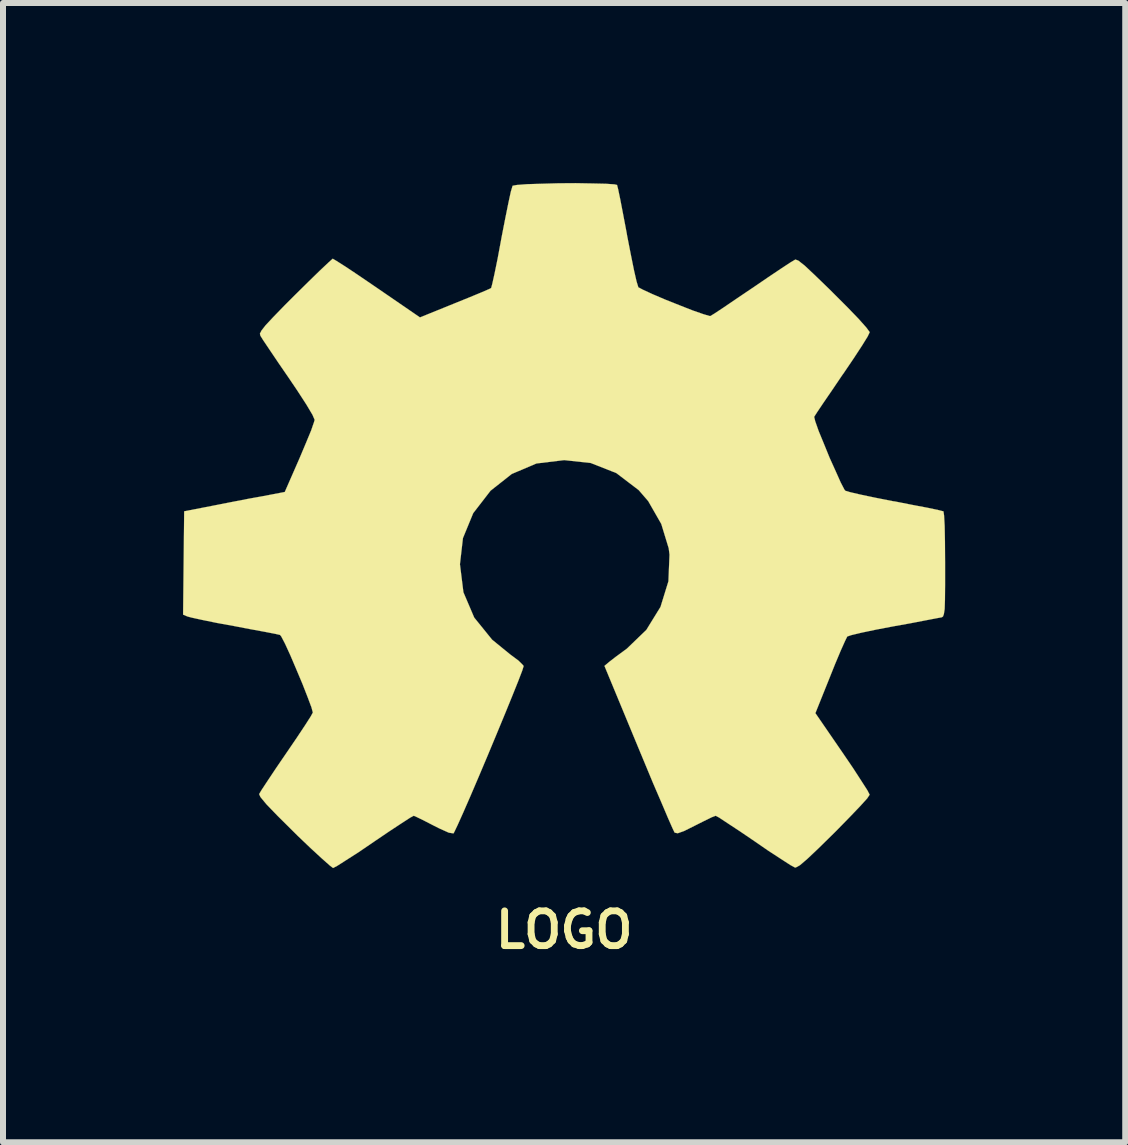
<source format=kicad_pcb>
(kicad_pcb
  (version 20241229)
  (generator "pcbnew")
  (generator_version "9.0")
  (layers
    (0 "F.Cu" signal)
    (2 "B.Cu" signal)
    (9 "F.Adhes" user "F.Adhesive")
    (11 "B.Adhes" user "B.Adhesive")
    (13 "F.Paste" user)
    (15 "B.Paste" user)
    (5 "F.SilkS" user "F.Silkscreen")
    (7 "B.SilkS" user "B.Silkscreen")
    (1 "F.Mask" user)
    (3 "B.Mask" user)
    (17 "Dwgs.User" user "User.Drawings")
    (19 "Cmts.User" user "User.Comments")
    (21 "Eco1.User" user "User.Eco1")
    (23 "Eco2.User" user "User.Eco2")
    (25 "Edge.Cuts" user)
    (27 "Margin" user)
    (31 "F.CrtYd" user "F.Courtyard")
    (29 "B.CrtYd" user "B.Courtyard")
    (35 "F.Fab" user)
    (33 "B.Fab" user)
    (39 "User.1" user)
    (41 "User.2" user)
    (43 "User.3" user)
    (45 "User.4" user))
  (footprint "LOGO"
    (layer "F.Cu")
    (at 6.351 5.709)
    (property "Reference" "LOGO" (at 0 6.736 0) (layer "F.SilkS") (effects (font (size 0.579 0.579) (thickness 0.114))))
    (attr through_hole)
    (fp_poly (pts (xy -3.851 5.705) (xy -3.782 5.669) (xy -3.635 5.575) (xy -3.421 5.438) (xy -3.172 5.268) (xy -2.921 5.098) (xy -2.713 4.961) (xy -2.568 4.867) (xy -2.507 4.834) (xy -2.477 4.846) (xy -2.355 4.905) (xy -2.182 4.994) (xy -2.083 5.044) (xy -1.923 5.116) (xy -1.844 5.128) (xy -1.831 5.105) (xy -1.773 4.983) (xy -1.681 4.778) (xy -1.56 4.501) (xy -1.422 4.178) (xy -1.275 3.83) (xy -1.128 3.477) (xy -0.988 3.139) (xy -0.864 2.835) (xy -0.765 2.588) (xy -0.699 2.416) (xy -0.676 2.342) (xy -0.683 2.327) (xy -0.762 2.248) (xy -0.902 2.144) (xy -1.201 1.9) (xy -1.499 1.532) (xy -1.679 1.11) (xy -1.737 0.643) (xy -1.687 0.208) (xy -1.516 -0.208) (xy -1.227 -0.582) (xy -0.874 -0.861) (xy -0.462 -1.036) (xy 0 -1.092) (xy 0.442 -1.044) (xy 0.869 -0.876) (xy 1.242 -0.592) (xy 1.4 -0.409) (xy 1.618 -0.028) (xy 1.742 0.378) (xy 1.755 0.483) (xy 1.737 0.927) (xy 1.605 1.354) (xy 1.369 1.737) (xy 1.044 2.05) (xy 1.003 2.08) (xy 0.851 2.192) (xy 0.749 2.271) (xy 0.671 2.337) (xy 1.237 3.703) (xy 1.328 3.922) (xy 1.483 4.295) (xy 1.621 4.615) (xy 1.73 4.872) (xy 1.806 5.044) (xy 1.839 5.113) (xy 1.844 5.116) (xy 1.892 5.126) (xy 1.999 5.088) (xy 2.187 4.994) (xy 2.314 4.93) (xy 2.459 4.859) (xy 2.525 4.834) (xy 2.581 4.864) (xy 2.72 4.956) (xy 2.924 5.09) (xy 3.167 5.255) (xy 3.399 5.415) (xy 3.614 5.555) (xy 3.772 5.657) (xy 3.846 5.697) (xy 3.858 5.697) (xy 3.927 5.659) (xy 4.049 5.555) (xy 4.234 5.38) (xy 4.498 5.121) (xy 4.539 5.08) (xy 4.755 4.859) (xy 4.93 4.676) (xy 5.05 4.544) (xy 5.09 4.483) (xy 5.052 4.409) (xy 4.953 4.255) (xy 4.811 4.036) (xy 4.638 3.782) (xy 4.186 3.124) (xy 4.435 2.504) (xy 4.511 2.314) (xy 4.608 2.083) (xy 4.681 1.92) (xy 4.717 1.847) (xy 4.785 1.824) (xy 4.956 1.783) (xy 5.199 1.732) (xy 5.494 1.676) (xy 5.773 1.626) (xy 6.027 1.577) (xy 6.21 1.542) (xy 6.292 1.527) (xy 6.312 1.514) (xy 6.327 1.473) (xy 6.34 1.389) (xy 6.345 1.234) (xy 6.347 0.993) (xy 6.347 0.643) (xy 6.347 0.605) (xy 6.345 0.269) (xy 6.34 0.005) (xy 6.33 -0.17) (xy 6.32 -0.239) (xy 6.317 -0.239) (xy 6.238 -0.259) (xy 6.06 -0.297) (xy 5.806 -0.345) (xy 5.507 -0.404) (xy 5.486 -0.406) (xy 5.187 -0.465) (xy 4.935 -0.518) (xy 4.76 -0.559) (xy 4.684 -0.582) (xy 4.669 -0.602) (xy 4.608 -0.719) (xy 4.524 -0.907) (xy 4.422 -1.133) (xy 4.326 -1.369) (xy 4.239 -1.58) (xy 4.183 -1.74) (xy 4.166 -1.811) (xy 4.166 -1.814) (xy 4.211 -1.885) (xy 4.315 -2.04) (xy 4.463 -2.256) (xy 4.636 -2.512) (xy 4.651 -2.532) (xy 4.823 -2.786) (xy 4.963 -3) (xy 5.057 -3.152) (xy 5.09 -3.221) (xy 5.09 -3.226) (xy 5.034 -3.302) (xy 4.905 -3.447) (xy 4.719 -3.64) (xy 4.496 -3.863) (xy 4.425 -3.934) (xy 4.178 -4.173) (xy 4.008 -4.333) (xy 3.901 -4.417) (xy 3.851 -4.435) (xy 3.848 -4.432) (xy 3.772 -4.387) (xy 3.612 -4.282) (xy 3.393 -4.135) (xy 3.137 -3.96) (xy 3.117 -3.947) (xy 2.865 -3.777) (xy 2.652 -3.632) (xy 2.502 -3.533) (xy 2.436 -3.493) (xy 2.426 -3.493) (xy 2.322 -3.523) (xy 2.141 -3.586) (xy 1.92 -3.673) (xy 1.684 -3.767) (xy 1.471 -3.858) (xy 1.311 -3.932) (xy 1.234 -3.973) (xy 1.234 -3.978) (xy 1.206 -4.069) (xy 1.163 -4.257) (xy 1.11 -4.519) (xy 1.049 -4.831) (xy 1.041 -4.879) (xy 0.983 -5.184) (xy 0.935 -5.433) (xy 0.899 -5.606) (xy 0.881 -5.677) (xy 0.838 -5.687) (xy 0.691 -5.697) (xy 0.465 -5.702) (xy 0.193 -5.707) (xy -0.097 -5.705) (xy -0.376 -5.697) (xy -0.617 -5.69) (xy -0.787 -5.677) (xy -0.859 -5.664) (xy -0.861 -5.659) (xy -0.889 -5.565) (xy -0.93 -5.375) (xy -0.983 -5.113) (xy -1.044 -4.801) (xy -1.054 -4.745) (xy -1.11 -4.445) (xy -1.161 -4.196) (xy -1.199 -4.026) (xy -1.217 -3.96) (xy -1.245 -3.945) (xy -1.369 -3.891) (xy -1.572 -3.807) (xy -1.821 -3.706) (xy -2.403 -3.47) (xy -3.117 -3.96) (xy -3.18 -4.003) (xy -3.437 -4.178) (xy -3.647 -4.318) (xy -3.795 -4.412) (xy -3.856 -4.448) (xy -3.861 -4.445) (xy -3.932 -4.381) (xy -4.072 -4.249) (xy -4.265 -4.061) (xy -4.491 -3.838) (xy -4.656 -3.673) (xy -4.851 -3.472) (xy -4.976 -3.338) (xy -5.044 -3.251) (xy -5.07 -3.2) (xy -5.062 -3.165) (xy -5.016 -3.091) (xy -4.912 -2.936) (xy -4.765 -2.718) (xy -4.592 -2.466) (xy -4.45 -2.256) (xy -4.295 -2.017) (xy -4.194 -1.847) (xy -4.158 -1.763) (xy -4.168 -1.727) (xy -4.216 -1.587) (xy -4.303 -1.377) (xy -4.409 -1.125) (xy -4.656 -0.561) (xy -5.027 -0.49) (xy -5.25 -0.45) (xy -5.565 -0.389) (xy -5.865 -0.33) (xy -6.332 -0.239) (xy -6.35 1.483) (xy -6.276 1.514) (xy -6.208 1.532) (xy -6.035 1.57) (xy -5.786 1.621) (xy -5.494 1.674) (xy -5.245 1.722) (xy -4.994 1.768) (xy -4.813 1.803) (xy -4.735 1.821) (xy -4.714 1.847) (xy -4.651 1.968) (xy -4.562 2.162) (xy -4.463 2.395) (xy -4.361 2.637) (xy -4.275 2.857) (xy -4.211 3.028) (xy -4.188 3.114) (xy -4.224 3.18) (xy -4.318 3.327) (xy -4.458 3.538) (xy -4.628 3.787) (xy -4.798 4.036) (xy -4.94 4.249) (xy -5.042 4.404) (xy -5.083 4.473) (xy -5.062 4.521) (xy -4.963 4.641) (xy -4.775 4.836) (xy -4.496 5.113) (xy -4.45 5.159) (xy -4.227 5.372) (xy -4.039 5.545) (xy -3.907 5.662) (xy -3.851 5.705)) (stroke (width 0.003) (type solid)) (fill yes) (layer "F.SilkS")))
  (gr_rect
    (start -3 -3)
    (end 15.7 15.984)
    (stroke (width 0.1) (type default))
    (fill no)
    (layer "Edge.Cuts")))
</source>
